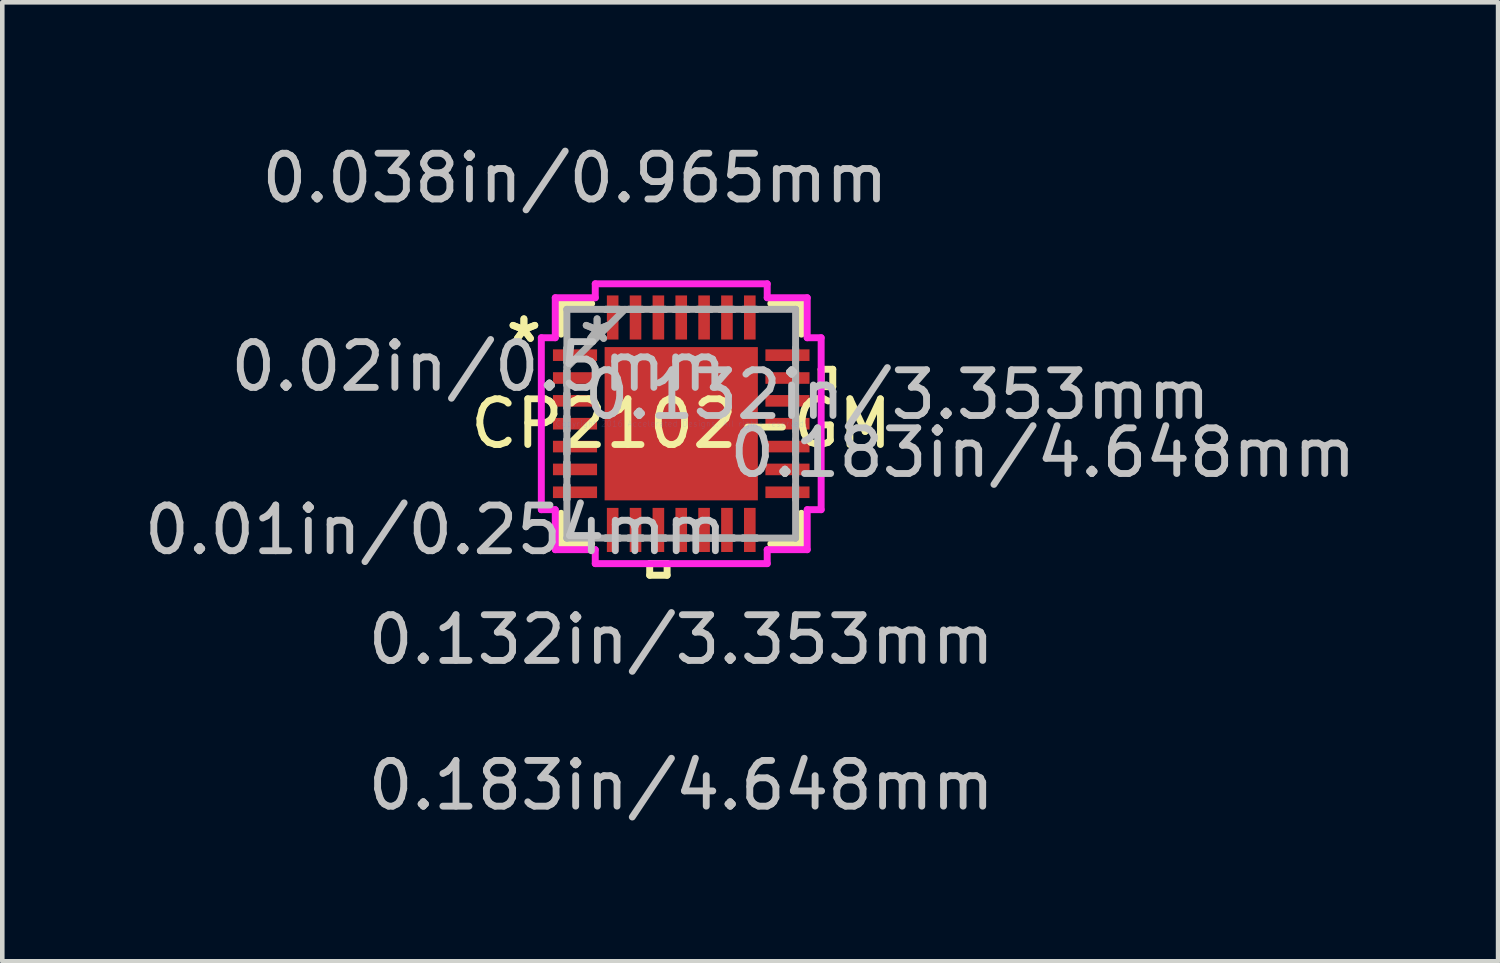
<source format=kicad_pcb>
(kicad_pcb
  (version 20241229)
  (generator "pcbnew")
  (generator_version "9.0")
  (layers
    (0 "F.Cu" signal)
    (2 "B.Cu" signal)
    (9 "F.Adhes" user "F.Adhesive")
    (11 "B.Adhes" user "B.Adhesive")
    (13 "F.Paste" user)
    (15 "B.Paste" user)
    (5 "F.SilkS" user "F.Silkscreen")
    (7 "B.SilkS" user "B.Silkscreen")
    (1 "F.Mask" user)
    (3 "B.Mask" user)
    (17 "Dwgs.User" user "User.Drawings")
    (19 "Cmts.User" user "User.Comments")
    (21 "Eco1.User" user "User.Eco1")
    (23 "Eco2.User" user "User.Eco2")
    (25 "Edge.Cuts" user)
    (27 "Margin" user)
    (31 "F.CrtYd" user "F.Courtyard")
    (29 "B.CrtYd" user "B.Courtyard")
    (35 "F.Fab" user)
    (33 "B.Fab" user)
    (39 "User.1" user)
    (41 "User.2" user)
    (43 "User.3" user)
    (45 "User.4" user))
  (footprint "CP2102-GM"
    (layer "F.Cu")
    (at 11.854 6.22)
    (property "Reference" "CP2102-GM" (at 0 0 0) (layer "F.SilkS") (effects (font (size 1 1) (thickness 0.15))))
    (attr through_hole)
    (fp_line (start -2.629 -2.629) (end -2.629 -1.96) (stroke (width 0.152) (type solid)) (layer "F.SilkS"))
    (fp_line (start -2.629 1.96) (end -2.629 2.629) (stroke (width 0.152) (type solid)) (layer "F.SilkS"))
    (fp_line (start -2.629 2.629) (end -1.96 2.629) (stroke (width 0.152) (type solid)) (layer "F.SilkS"))
    (fp_line (start -1.96 -2.629) (end -2.629 -2.629) (stroke (width 0.152) (type solid)) (layer "F.SilkS"))
    (fp_line (start -0.69 3.061) (end -0.69 3.315) (stroke (width 0.152) (type solid)) (layer "F.SilkS"))
    (fp_line (start -0.69 3.315) (end -0.309 3.315) (stroke (width 0.152) (type solid)) (layer "F.SilkS"))
    (fp_line (start -0.309 3.061) (end -0.69 3.061) (stroke (width 0.152) (type solid)) (layer "F.SilkS"))
    (fp_line (start -0.309 3.315) (end -0.309 3.061) (stroke (width 0.152) (type solid)) (layer "F.SilkS"))
    (fp_line (start 1.96 2.629) (end 2.629 2.629) (stroke (width 0.152) (type solid)) (layer "F.SilkS"))
    (fp_line (start 2.629 -2.629) (end 1.96 -2.629) (stroke (width 0.152) (type solid)) (layer "F.SilkS"))
    (fp_line (start 2.629 -1.96) (end 2.629 -2.629) (stroke (width 0.152) (type solid)) (layer "F.SilkS"))
    (fp_line (start 2.629 2.629) (end 2.629 1.96) (stroke (width 0.152) (type solid)) (layer "F.SilkS"))
    (fp_line (start 3.061 -1.191) (end 3.315 -1.191) (stroke (width 0.152) (type solid)) (layer "F.SilkS"))
    (fp_line (start 3.061 -0.81) (end 3.061 -1.191) (stroke (width 0.152) (type solid)) (layer "F.SilkS"))
    (fp_line (start 3.315 -1.191) (end 3.315 -0.81) (stroke (width 0.152) (type solid)) (layer "F.SilkS"))
    (fp_line (start 3.315 -0.81) (end 3.061 -0.81) (stroke (width 0.152) (type solid)) (layer "F.SilkS"))
    (fp_line (start -1.576 -1.576) (end -1.576 -0.1) (stroke (width 0.152) (type solid)) (layer "F.Paste"))
    (fp_line (start -1.576 -0.1) (end -0.1 -0.1) (stroke (width 0.152) (type solid)) (layer "F.Paste"))
    (fp_line (start -1.576 0.1) (end -1.576 1.576) (stroke (width 0.152) (type solid)) (layer "F.Paste"))
    (fp_line (start -1.576 1.576) (end -0.1 1.576) (stroke (width 0.152) (type solid)) (layer "F.Paste"))
    (fp_line (start -0.1 -1.576) (end -1.576 -1.576) (stroke (width 0.152) (type solid)) (layer "F.Paste"))
    (fp_line (start -0.1 -0.1) (end -0.1 -1.576) (stroke (width 0.152) (type solid)) (layer "F.Paste"))
    (fp_line (start -0.1 0.1) (end -1.576 0.1) (stroke (width 0.152) (type solid)) (layer "F.Paste"))
    (fp_line (start -0.1 1.576) (end -0.1 0.1) (stroke (width 0.152) (type solid)) (layer "F.Paste"))
    (fp_line (start 0.1 -1.576) (end 0.1 -0.1) (stroke (width 0.152) (type solid)) (layer "F.Paste"))
    (fp_line (start 0.1 -0.1) (end 1.576 -0.1) (stroke (width 0.152) (type solid)) (layer "F.Paste"))
    (fp_line (start 0.1 0.1) (end 0.1 1.576) (stroke (width 0.152) (type solid)) (layer "F.Paste"))
    (fp_line (start 0.1 1.576) (end 1.576 1.576) (stroke (width 0.152) (type solid)) (layer "F.Paste"))
    (fp_line (start 1.576 -1.576) (end 0.1 -1.576) (stroke (width 0.152) (type solid)) (layer "F.Paste"))
    (fp_line (start 1.576 -0.1) (end 1.576 -1.576) (stroke (width 0.152) (type solid)) (layer "F.Paste"))
    (fp_line (start 1.576 0.1) (end 0.1 0.1) (stroke (width 0.152) (type solid)) (layer "F.Paste"))
    (fp_line (start 1.576 1.576) (end 1.576 0.1) (stroke (width 0.152) (type solid)) (layer "F.Paste"))
    (fp_line (start -3.061 -1.881) (end -2.756 -1.881) (stroke (width 0.152) (type solid)) (layer "F.CrtYd"))
    (fp_line (start -3.061 1.881) (end -3.061 -1.881) (stroke (width 0.152) (type solid)) (layer "F.CrtYd"))
    (fp_line (start -2.756 -2.756) (end -1.881 -2.756) (stroke (width 0.152) (type solid)) (layer "F.CrtYd"))
    (fp_line (start -2.756 -1.881) (end -2.756 -2.756) (stroke (width 0.152) (type solid)) (layer "F.CrtYd"))
    (fp_line (start -2.756 1.881) (end -3.061 1.881) (stroke (width 0.152) (type solid)) (layer "F.CrtYd"))
    (fp_line (start -2.756 2.756) (end -2.756 1.881) (stroke (width 0.152) (type solid)) (layer "F.CrtYd"))
    (fp_line (start -1.881 -3.061) (end 1.881 -3.061) (stroke (width 0.152) (type solid)) (layer "F.CrtYd"))
    (fp_line (start -1.881 -2.756) (end -1.881 -3.061) (stroke (width 0.152) (type solid)) (layer "F.CrtYd"))
    (fp_line (start -1.881 2.756) (end -2.756 2.756) (stroke (width 0.152) (type solid)) (layer "F.CrtYd"))
    (fp_line (start -1.881 3.061) (end -1.881 2.756) (stroke (width 0.152) (type solid)) (layer "F.CrtYd"))
    (fp_line (start 1.881 -3.061) (end 1.881 -2.756) (stroke (width 0.152) (type solid)) (layer "F.CrtYd"))
    (fp_line (start 1.881 -2.756) (end 2.756 -2.756) (stroke (width 0.152) (type solid)) (layer "F.CrtYd"))
    (fp_line (start 1.881 2.756) (end 1.881 3.061) (stroke (width 0.152) (type solid)) (layer "F.CrtYd"))
    (fp_line (start 1.881 3.061) (end -1.881 3.061) (stroke (width 0.152) (type solid)) (layer "F.CrtYd"))
    (fp_line (start 2.756 -2.756) (end 2.756 -1.881) (stroke (width 0.152) (type solid)) (layer "F.CrtYd"))
    (fp_line (start 2.756 -1.881) (end 3.061 -1.881) (stroke (width 0.152) (type solid)) (layer "F.CrtYd"))
    (fp_line (start 2.756 1.881) (end 2.756 2.756) (stroke (width 0.152) (type solid)) (layer "F.CrtYd"))
    (fp_line (start 2.756 2.756) (end 1.881 2.756) (stroke (width 0.152) (type solid)) (layer "F.CrtYd"))
    (fp_line (start 3.061 -1.881) (end 3.061 1.881) (stroke (width 0.152) (type solid)) (layer "F.CrtYd"))
    (fp_line (start 3.061 1.881) (end 2.756 1.881) (stroke (width 0.152) (type solid)) (layer "F.CrtYd"))
    (fp_line (start -2.502 -2.502) (end -2.502 -2.502) (stroke (width 0.152) (type solid)) (layer "F.Fab"))
    (fp_line (start -2.502 -2.502) (end -2.502 2.502) (stroke (width 0.152) (type solid)) (layer "F.Fab"))
    (fp_line (start -2.502 -1.652) (end -2.502 -1.652) (stroke (width 0.152) (type solid)) (layer "F.Fab"))
    (fp_line (start -2.502 -1.652) (end -2.502 -1.348) (stroke (width 0.152) (type solid)) (layer "F.Fab"))
    (fp_line (start -2.502 -1.348) (end -2.502 -1.652) (stroke (width 0.152) (type solid)) (layer "F.Fab"))
    (fp_line (start -2.502 -1.348) (end -2.502 -1.348) (stroke (width 0.152) (type solid)) (layer "F.Fab"))
    (fp_line (start -2.502 -1.232) (end -1.232 -2.502) (stroke (width 0.152) (type solid)) (layer "F.Fab"))
    (fp_line (start -2.502 -1.152) (end -2.502 -1.152) (stroke (width 0.152) (type solid)) (layer "F.Fab"))
    (fp_line (start -2.502 -1.152) (end -2.502 -0.848) (stroke (width 0.152) (type solid)) (layer "F.Fab"))
    (fp_line (start -2.502 -0.848) (end -2.502 -1.152) (stroke (width 0.152) (type solid)) (layer "F.Fab"))
    (fp_line (start -2.502 -0.848) (end -2.502 -0.848) (stroke (width 0.152) (type solid)) (layer "F.Fab"))
    (fp_line (start -2.502 -0.652) (end -2.502 -0.652) (stroke (width 0.152) (type solid)) (layer "F.Fab"))
    (fp_line (start -2.502 -0.652) (end -2.502 -0.348) (stroke (width 0.152) (type solid)) (layer "F.Fab"))
    (fp_line (start -2.502 -0.348) (end -2.502 -0.652) (stroke (width 0.152) (type solid)) (layer "F.Fab"))
    (fp_line (start -2.502 -0.348) (end -2.502 -0.348) (stroke (width 0.152) (type solid)) (layer "F.Fab"))
    (fp_line (start -2.502 -0.152) (end -2.502 -0.152) (stroke (width 0.152) (type solid)) (layer "F.Fab"))
    (fp_line (start -2.502 -0.152) (end -2.502 0.152) (stroke (width 0.152) (type solid)) (layer "F.Fab"))
    (fp_line (start -2.502 0.152) (end -2.502 -0.152) (stroke (width 0.152) (type solid)) (layer "F.Fab"))
    (fp_line (start -2.502 0.152) (end -2.502 0.152) (stroke (width 0.152) (type solid)) (layer "F.Fab"))
    (fp_line (start -2.502 0.348) (end -2.502 0.348) (stroke (width 0.152) (type solid)) (layer "F.Fab"))
    (fp_line (start -2.502 0.348) (end -2.502 0.652) (stroke (width 0.152) (type solid)) (layer "F.Fab"))
    (fp_line (start -2.502 0.652) (end -2.502 0.348) (stroke (width 0.152) (type solid)) (layer "F.Fab"))
    (fp_line (start -2.502 0.652) (end -2.502 0.652) (stroke (width 0.152) (type solid)) (layer "F.Fab"))
    (fp_line (start -2.502 0.848) (end -2.502 0.848) (stroke (width 0.152) (type solid)) (layer "F.Fab"))
    (fp_line (start -2.502 0.848) (end -2.502 1.152) (stroke (width 0.152) (type solid)) (layer "F.Fab"))
    (fp_line (start -2.502 1.152) (end -2.502 0.848) (stroke (width 0.152) (type solid)) (layer "F.Fab"))
    (fp_line (start -2.502 1.152) (end -2.502 1.152) (stroke (width 0.152) (type solid)) (layer "F.Fab"))
    (fp_line (start -2.502 1.348) (end -2.502 1.348) (stroke (width 0.152) (type solid)) (layer "F.Fab"))
    (fp_line (start -2.502 1.348) (end -2.502 1.652) (stroke (width 0.152) (type solid)) (layer "F.Fab"))
    (fp_line (start -2.502 1.652) (end -2.502 1.348) (stroke (width 0.152) (type solid)) (layer "F.Fab"))
    (fp_line (start -2.502 1.652) (end -2.502 1.652) (stroke (width 0.152) (type solid)) (layer "F.Fab"))
    (fp_line (start -2.502 2.502) (end -2.502 2.502) (stroke (width 0.152) (type solid)) (layer "F.Fab"))
    (fp_line (start -2.502 2.502) (end 2.502 2.502) (stroke (width 0.152) (type solid)) (layer "F.Fab"))
    (fp_line (start -1.652 -2.502) (end -1.652 -2.502) (stroke (width 0.152) (type solid)) (layer "F.Fab"))
    (fp_line (start -1.652 -2.502) (end -1.348 -2.502) (stroke (width 0.152) (type solid)) (layer "F.Fab"))
    (fp_line (start -1.652 2.502) (end -1.652 2.502) (stroke (width 0.152) (type solid)) (layer "F.Fab"))
    (fp_line (start -1.652 2.502) (end -1.348 2.502) (stroke (width 0.152) (type solid)) (layer "F.Fab"))
    (fp_line (start -1.348 -2.502) (end -1.652 -2.502) (stroke (width 0.152) (type solid)) (layer "F.Fab"))
    (fp_line (start -1.348 -2.502) (end -1.348 -2.502) (stroke (width 0.152) (type solid)) (layer "F.Fab"))
    (fp_line (start -1.348 2.502) (end -1.652 2.502) (stroke (width 0.152) (type solid)) (layer "F.Fab"))
    (fp_line (start -1.348 2.502) (end -1.348 2.502) (stroke (width 0.152) (type solid)) (layer "F.Fab"))
    (fp_line (start -1.152 -2.502) (end -1.152 -2.502) (stroke (width 0.152) (type solid)) (layer "F.Fab"))
    (fp_line (start -1.152 -2.502) (end -0.848 -2.502) (stroke (width 0.152) (type solid)) (layer "F.Fab"))
    (fp_line (start -1.152 2.502) (end -1.152 2.502) (stroke (width 0.152) (type solid)) (layer "F.Fab"))
    (fp_line (start -1.152 2.502) (end -0.848 2.502) (stroke (width 0.152) (type solid)) (layer "F.Fab"))
    (fp_line (start -0.848 -2.502) (end -1.152 -2.502) (stroke (width 0.152) (type solid)) (layer "F.Fab"))
    (fp_line (start -0.848 -2.502) (end -0.848 -2.502) (stroke (width 0.152) (type solid)) (layer "F.Fab"))
    (fp_line (start -0.848 2.502) (end -1.152 2.502) (stroke (width 0.152) (type solid)) (layer "F.Fab"))
    (fp_line (start -0.848 2.502) (end -0.848 2.502) (stroke (width 0.152) (type solid)) (layer "F.Fab"))
    (fp_line (start -0.652 -2.502) (end -0.652 -2.502) (stroke (width 0.152) (type solid)) (layer "F.Fab"))
    (fp_line (start -0.652 -2.502) (end -0.348 -2.502) (stroke (width 0.152) (type solid)) (layer "F.Fab"))
    (fp_line (start -0.652 2.502) (end -0.652 2.502) (stroke (width 0.152) (type solid)) (layer "F.Fab"))
    (fp_line (start -0.652 2.502) (end -0.348 2.502) (stroke (width 0.152) (type solid)) (layer "F.Fab"))
    (fp_line (start -0.348 -2.502) (end -0.652 -2.502) (stroke (width 0.152) (type solid)) (layer "F.Fab"))
    (fp_line (start -0.348 -2.502) (end -0.348 -2.502) (stroke (width 0.152) (type solid)) (layer "F.Fab"))
    (fp_line (start -0.348 2.502) (end -0.652 2.502) (stroke (width 0.152) (type solid)) (layer "F.Fab"))
    (fp_line (start -0.348 2.502) (end -0.348 2.502) (stroke (width 0.152) (type solid)) (layer "F.Fab"))
    (fp_line (start -0.152 -2.502) (end -0.152 -2.502) (stroke (width 0.152) (type solid)) (layer "F.Fab"))
    (fp_line (start -0.152 -2.502) (end 0.152 -2.502) (stroke (width 0.152) (type solid)) (layer "F.Fab"))
    (fp_line (start -0.152 2.502) (end -0.152 2.502) (stroke (width 0.152) (type solid)) (layer "F.Fab"))
    (fp_line (start -0.152 2.502) (end 0.152 2.502) (stroke (width 0.152) (type solid)) (layer "F.Fab"))
    (fp_line (start 0.152 -2.502) (end -0.152 -2.502) (stroke (width 0.152) (type solid)) (layer "F.Fab"))
    (fp_line (start 0.152 -2.502) (end 0.152 -2.502) (stroke (width 0.152) (type solid)) (layer "F.Fab"))
    (fp_line (start 0.152 2.502) (end -0.152 2.502) (stroke (width 0.152) (type solid)) (layer "F.Fab"))
    (fp_line (start 0.152 2.502) (end 0.152 2.502) (stroke (width 0.152) (type solid)) (layer "F.Fab"))
    (fp_line (start 0.348 -2.502) (end 0.348 -2.502) (stroke (width 0.152) (type solid)) (layer "F.Fab"))
    (fp_line (start 0.348 -2.502) (end 0.652 -2.502) (stroke (width 0.152) (type solid)) (layer "F.Fab"))
    (fp_line (start 0.348 2.502) (end 0.348 2.502) (stroke (width 0.152) (type solid)) (layer "F.Fab"))
    (fp_line (start 0.348 2.502) (end 0.652 2.502) (stroke (width 0.152) (type solid)) (layer "F.Fab"))
    (fp_line (start 0.652 -2.502) (end 0.348 -2.502) (stroke (width 0.152) (type solid)) (layer "F.Fab"))
    (fp_line (start 0.652 -2.502) (end 0.652 -2.502) (stroke (width 0.152) (type solid)) (layer "F.Fab"))
    (fp_line (start 0.652 2.502) (end 0.348 2.502) (stroke (width 0.152) (type solid)) (layer "F.Fab"))
    (fp_line (start 0.652 2.502) (end 0.652 2.502) (stroke (width 0.152) (type solid)) (layer "F.Fab"))
    (fp_line (start 0.848 -2.502) (end 0.848 -2.502) (stroke (width 0.152) (type solid)) (layer "F.Fab"))
    (fp_line (start 0.848 -2.502) (end 1.152 -2.502) (stroke (width 0.152) (type solid)) (layer "F.Fab"))
    (fp_line (start 0.848 2.502) (end 0.848 2.502) (stroke (width 0.152) (type solid)) (layer "F.Fab"))
    (fp_line (start 0.848 2.502) (end 1.152 2.502) (stroke (width 0.152) (type solid)) (layer "F.Fab"))
    (fp_line (start 1.152 -2.502) (end 0.848 -2.502) (stroke (width 0.152) (type solid)) (layer "F.Fab"))
    (fp_line (start 1.152 -2.502) (end 1.152 -2.502) (stroke (width 0.152) (type solid)) (layer "F.Fab"))
    (fp_line (start 1.152 2.502) (end 0.848 2.502) (stroke (width 0.152) (type solid)) (layer "F.Fab"))
    (fp_line (start 1.152 2.502) (end 1.152 2.502) (stroke (width 0.152) (type solid)) (layer "F.Fab"))
    (fp_line (start 1.348 -2.502) (end 1.348 -2.502) (stroke (width 0.152) (type solid)) (layer "F.Fab"))
    (fp_line (start 1.348 -2.502) (end 1.652 -2.502) (stroke (width 0.152) (type solid)) (layer "F.Fab"))
    (fp_line (start 1.348 2.502) (end 1.348 2.502) (stroke (width 0.152) (type solid)) (layer "F.Fab"))
    (fp_line (start 1.348 2.502) (end 1.652 2.502) (stroke (width 0.152) (type solid)) (layer "F.Fab"))
    (fp_line (start 1.652 -2.502) (end 1.348 -2.502) (stroke (width 0.152) (type solid)) (layer "F.Fab"))
    (fp_line (start 1.652 -2.502) (end 1.652 -2.502) (stroke (width 0.152) (type solid)) (layer "F.Fab"))
    (fp_line (start 1.652 2.502) (end 1.348 2.502) (stroke (width 0.152) (type solid)) (layer "F.Fab"))
    (fp_line (start 1.652 2.502) (end 1.652 2.502) (stroke (width 0.152) (type solid)) (layer "F.Fab"))
    (fp_line (start 2.502 -2.502) (end -2.502 -2.502) (stroke (width 0.152) (type solid)) (layer "F.Fab"))
    (fp_line (start 2.502 -2.502) (end 2.502 -2.502) (stroke (width 0.152) (type solid)) (layer "F.Fab"))
    (fp_line (start 2.502 -1.652) (end 2.502 -1.652) (stroke (width 0.152) (type solid)) (layer "F.Fab"))
    (fp_line (start 2.502 -1.652) (end 2.502 -1.348) (stroke (width 0.152) (type solid)) (layer "F.Fab"))
    (fp_line (start 2.502 -1.348) (end 2.502 -1.652) (stroke (width 0.152) (type solid)) (layer "F.Fab"))
    (fp_line (start 2.502 -1.348) (end 2.502 -1.348) (stroke (width 0.152) (type solid)) (layer "F.Fab"))
    (fp_line (start 2.502 -1.152) (end 2.502 -1.152) (stroke (width 0.152) (type solid)) (layer "F.Fab"))
    (fp_line (start 2.502 -1.152) (end 2.502 -0.848) (stroke (width 0.152) (type solid)) (layer "F.Fab"))
    (fp_line (start 2.502 -0.848) (end 2.502 -1.152) (stroke (width 0.152) (type solid)) (layer "F.Fab"))
    (fp_line (start 2.502 -0.848) (end 2.502 -0.848) (stroke (width 0.152) (type solid)) (layer "F.Fab"))
    (fp_line (start 2.502 -0.652) (end 2.502 -0.652) (stroke (width 0.152) (type solid)) (layer "F.Fab"))
    (fp_line (start 2.502 -0.652) (end 2.502 -0.348) (stroke (width 0.152) (type solid)) (layer "F.Fab"))
    (fp_line (start 2.502 -0.348) (end 2.502 -0.652) (stroke (width 0.152) (type solid)) (layer "F.Fab"))
    (fp_line (start 2.502 -0.348) (end 2.502 -0.348) (stroke (width 0.152) (type solid)) (layer "F.Fab"))
    (fp_line (start 2.502 -0.152) (end 2.502 -0.152) (stroke (width 0.152) (type solid)) (layer "F.Fab"))
    (fp_line (start 2.502 -0.152) (end 2.502 0.152) (stroke (width 0.152) (type solid)) (layer "F.Fab"))
    (fp_line (start 2.502 0.152) (end 2.502 -0.152) (stroke (width 0.152) (type solid)) (layer "F.Fab"))
    (fp_line (start 2.502 0.152) (end 2.502 0.152) (stroke (width 0.152) (type solid)) (layer "F.Fab"))
    (fp_line (start 2.502 0.348) (end 2.502 0.348) (stroke (width 0.152) (type solid)) (layer "F.Fab"))
    (fp_line (start 2.502 0.348) (end 2.502 0.652) (stroke (width 0.152) (type solid)) (layer "F.Fab"))
    (fp_line (start 2.502 0.652) (end 2.502 0.348) (stroke (width 0.152) (type solid)) (layer "F.Fab"))
    (fp_line (start 2.502 0.652) (end 2.502 0.652) (stroke (width 0.152) (type solid)) (layer "F.Fab"))
    (fp_line (start 2.502 0.848) (end 2.502 0.848) (stroke (width 0.152) (type solid)) (layer "F.Fab"))
    (fp_line (start 2.502 0.848) (end 2.502 1.152) (stroke (width 0.152) (type solid)) (layer "F.Fab"))
    (fp_line (start 2.502 1.152) (end 2.502 0.848) (stroke (width 0.152) (type solid)) (layer "F.Fab"))
    (fp_line (start 2.502 1.152) (end 2.502 1.152) (stroke (width 0.152) (type solid)) (layer "F.Fab"))
    (fp_line (start 2.502 1.348) (end 2.502 1.348) (stroke (width 0.152) (type solid)) (layer "F.Fab"))
    (fp_line (start 2.502 1.348) (end 2.502 1.652) (stroke (width 0.152) (type solid)) (layer "F.Fab"))
    (fp_line (start 2.502 1.652) (end 2.502 1.348) (stroke (width 0.152) (type solid)) (layer "F.Fab"))
    (fp_line (start 2.502 1.652) (end 2.502 1.652) (stroke (width 0.152) (type solid)) (layer "F.Fab"))
    (fp_line (start 2.502 2.502) (end 2.502 -2.502) (stroke (width 0.152) (type solid)) (layer "F.Fab"))
    (fp_line (start 2.502 2.502) (end 2.502 2.502) (stroke (width 0.152) (type solid)) (layer "F.Fab"))
    (fp_text user "*" (at -3.442 -1.75 0) (layer "F.SilkS") (effects (font (size 1 1) (thickness 0.15))))
    (fp_text user "*" (at -3.442 -1.75 0) (layer "F.SilkS") (effects (font (size 1 1) (thickness 0.15))))
    (fp_text user "0.183in/4.648mm" (at 7.912 0.635 0) (layer "Dwgs.User") (effects (font (size 1 1) (thickness 0.15))))
    (fp_text user "0.038in/0.965mm" (at -2.324 -5.372 0) (layer "Dwgs.User") (effects (font (size 1 1) (thickness 0.15))))
    (fp_text user "0.01in/0.254mm" (at -5.372 2.324 0) (layer "Dwgs.User") (effects (font (size 1 1) (thickness 0.15))))
    (fp_text user "0.132in/3.353mm" (at 4.724 -0.635 0) (layer "Dwgs.User") (effects (font (size 1 1) (thickness 0.15))))
    (fp_text user "0.183in/4.648mm" (at 0 7.912 0) (layer "Dwgs.User") (effects (font (size 1 1) (thickness 0.15))))
    (fp_text user "0.02in/0.5mm" (at -4.432 -1.25 0) (layer "Dwgs.User") (effects (font (size 1 1) (thickness 0.15))))
    (fp_text user "0.132in/3.353mm" (at 0 4.724 0) (layer "Dwgs.User") (effects (font (size 1 1) (thickness 0.15))))
    (fp_text user "Copyright 2016 Accelerated Designs. All rights reserved." (at 0 0 0) (layer "Cmts.User") (effects (font (size 0.127 0.127) (thickness 0.002))))
    (fp_text user "*" (at -1.841 -1.75 0) (layer "F.Fab") (effects (font (size 1 1) (thickness 0.15))))
    (fp_text user "*" (at -1.841 -1.75 0) (layer "F.Fab") (effects (font (size 1 1) (thickness 0.15))))
    (pad "1" smd rect (at -2.324 -1.5 90) (size 0.254 0.965) (layers "F.Cu" "F.Mask" "F.Paste"))
    (pad "2" smd rect (at -2.324 -1 90) (size 0.254 0.965) (layers "F.Cu" "F.Mask" "F.Paste"))
    (pad "3" smd rect (at -2.324 -0.5 90) (size 0.254 0.965) (layers "F.Cu" "F.Mask" "F.Paste"))
    (pad "4" smd rect (at -2.324 0 90) (size 0.254 0.965) (layers "F.Cu" "F.Mask" "F.Paste"))
    (pad "5" smd rect (at -2.324 0.5 90) (size 0.254 0.965) (layers "F.Cu" "F.Mask" "F.Paste"))
    (pad "6" smd rect (at -2.324 1 90) (size 0.254 0.965) (layers "F.Cu" "F.Mask" "F.Paste"))
    (pad "7" smd rect (at -2.324 1.5 90) (size 0.254 0.965) (layers "F.Cu" "F.Mask" "F.Paste"))
    (pad "8" smd rect (at -1.5 2.324) (size 0.254 0.965) (layers "F.Cu" "F.Mask" "F.Paste"))
    (pad "9" smd rect (at -1 2.324) (size 0.254 0.965) (layers "F.Cu" "F.Mask" "F.Paste"))
    (pad "10" smd rect (at -0.5 2.324) (size 0.254 0.965) (layers "F.Cu" "F.Mask" "F.Paste"))
    (pad "11" smd rect (at 0 2.324) (size 0.254 0.965) (layers "F.Cu" "F.Mask" "F.Paste"))
    (pad "12" smd rect (at 0.5 2.324) (size 0.254 0.965) (layers "F.Cu" "F.Mask" "F.Paste"))
    (pad "13" smd rect (at 1 2.324) (size 0.254 0.965) (layers "F.Cu" "F.Mask" "F.Paste"))
    (pad "14" smd rect (at 1.5 2.324) (size 0.254 0.965) (layers "F.Cu" "F.Mask" "F.Paste"))
    (pad "15" smd rect (at 2.324 1.5 90) (size 0.254 0.965) (layers "F.Cu" "F.Mask" "F.Paste"))
    (pad "16" smd rect (at 2.324 1 90) (size 0.254 0.965) (layers "F.Cu" "F.Mask" "F.Paste"))
    (pad "17" smd rect (at 2.324 0.5 90) (size 0.254 0.965) (layers "F.Cu" "F.Mask" "F.Paste"))
    (pad "18" smd rect (at 2.324 0 90) (size 0.254 0.965) (layers "F.Cu" "F.Mask" "F.Paste"))
    (pad "19" smd rect (at 2.324 -0.5 90) (size 0.254 0.965) (layers "F.Cu" "F.Mask" "F.Paste"))
    (pad "20" smd rect (at 2.324 -1 90) (size 0.254 0.965) (layers "F.Cu" "F.Mask" "F.Paste"))
    (pad "21" smd rect (at 2.324 -1.5 90) (size 0.254 0.965) (layers "F.Cu" "F.Mask" "F.Paste"))
    (pad "22" smd rect (at 1.5 -2.324) (size 0.254 0.965) (layers "F.Cu" "F.Mask" "F.Paste"))
    (pad "23" smd rect (at 1 -2.324) (size 0.254 0.965) (layers "F.Cu" "F.Mask" "F.Paste"))
    (pad "24" smd rect (at 0.5 -2.324) (size 0.254 0.965) (layers "F.Cu" "F.Mask" "F.Paste"))
    (pad "25" smd rect (at 0 -2.324) (size 0.254 0.965) (layers "F.Cu" "F.Mask" "F.Paste"))
    (pad "26" smd rect (at -0.5 -2.324) (size 0.254 0.965) (layers "F.Cu" "F.Mask" "F.Paste"))
    (pad "27" smd rect (at -1 -2.324) (size 0.254 0.965) (layers "F.Cu" "F.Mask" "F.Paste"))
    (pad "28" smd rect (at -1.5 -2.324) (size 0.254 0.965) (layers "F.Cu" "F.Mask" "F.Paste"))
    (pad "29" smd rect (at 0 0) (size 3.353 3.353) (layers "F.Cu" "F.Mask" "F.Paste")))
  (gr_rect
    (start -3 -3)
    (end 29.725 17.981)
    (stroke (width 0.1) (type default))
    (fill no)
    (layer "Edge.Cuts")))
</source>
